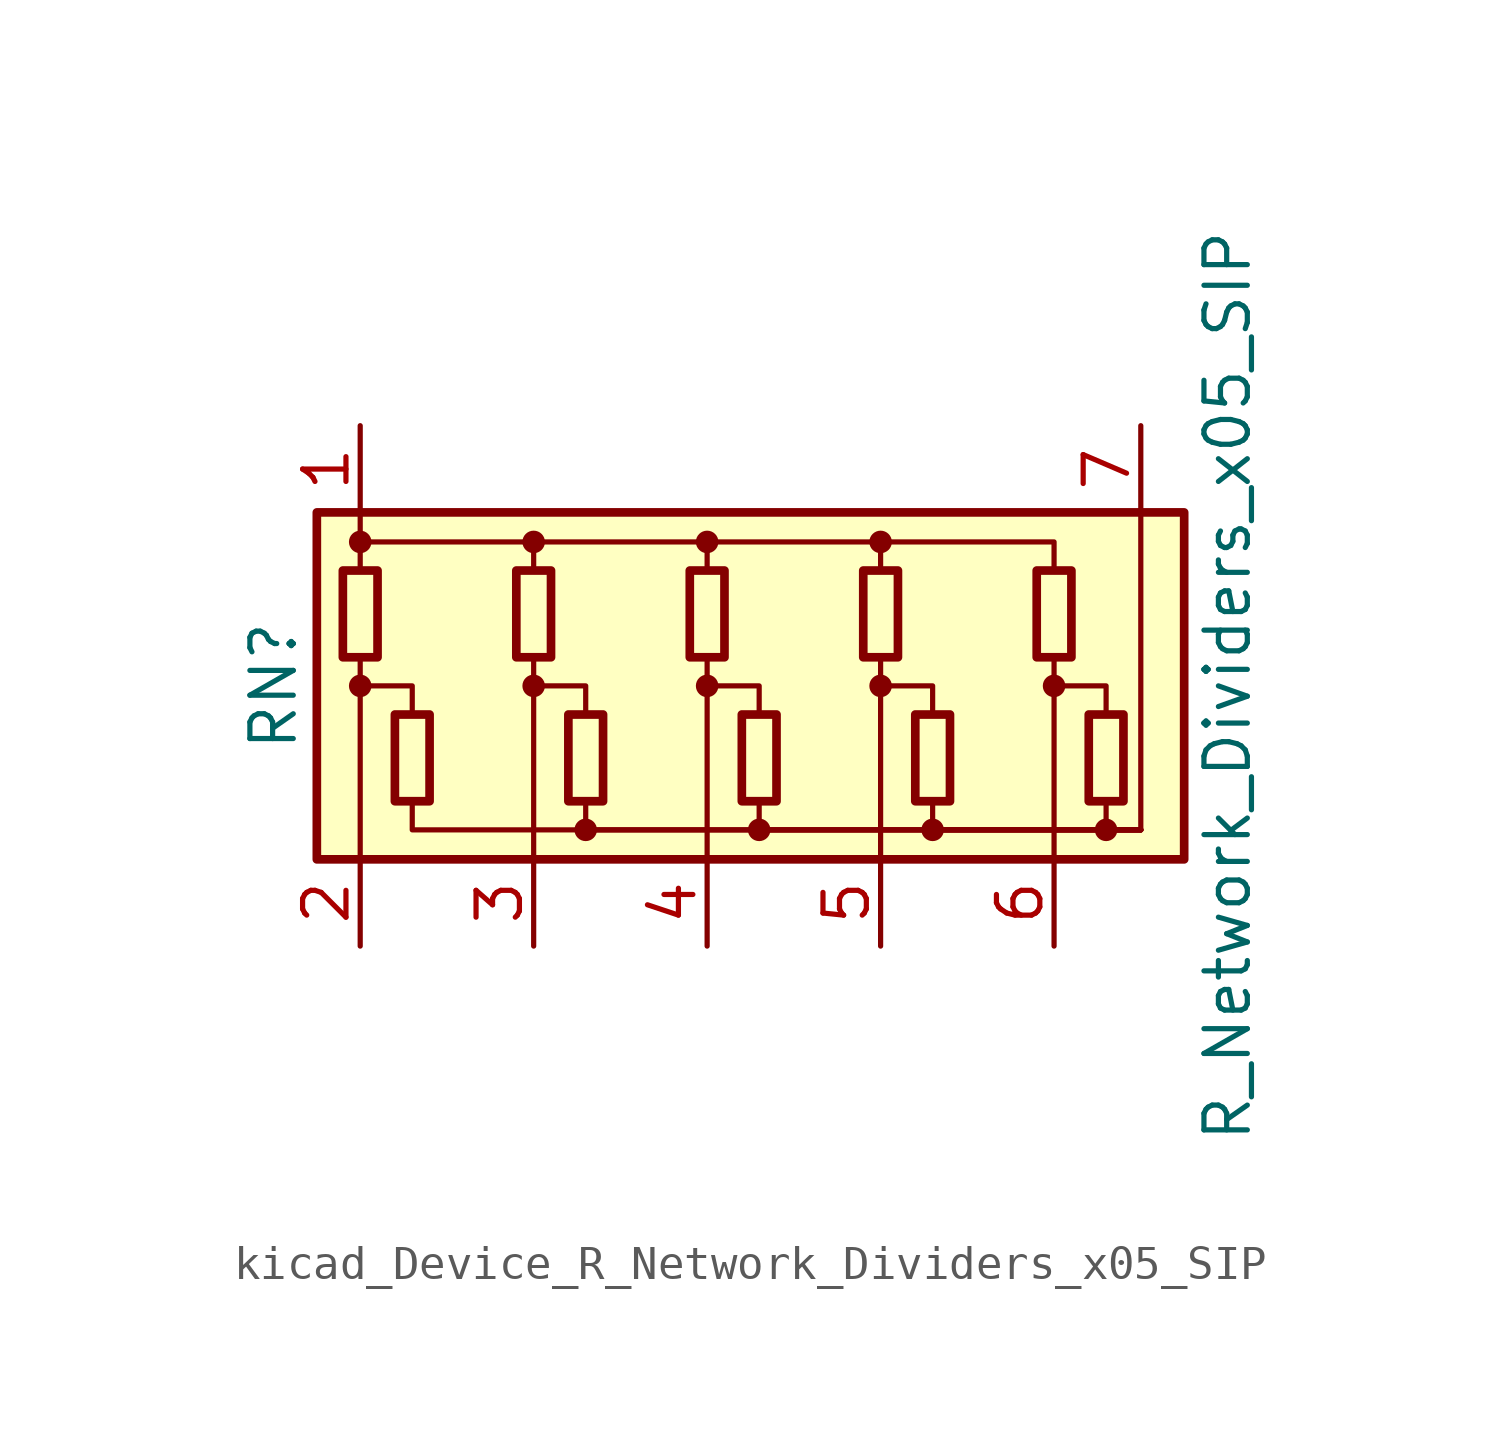
<source format=kicad_sym>
(kicad_symbol_lib
  (version 20220914)
  (generator kicad_symbol_editor)
  (symbol "kicad_Device_R_Network_Dividers_x05_SIP"
    (pin_names
      (offset 0) hide)
    (property "Reference" "RN"
      (at -12.7 0 90)
      (effects (font (size 1.27 1.27))))
    (property "Value" "R_Network_Dividers_x05_SIP"
      (at 15.24 0 90)
      (effects (font (size 1.27 1.27))))
    (symbol "kicad_Device_R_Network_Dividers_x05_SIP_0_1"
      (rectangle (start -11.43 -5.08) (end 13.97 5.08) (stroke (width 0.254) (type default)) (fill (type background)))
      (rectangle (start -10.668 3.378) (end -9.652 0.838) (stroke (width 0.254) (type default)) (fill (type none)))
      (circle (center -10.16 0) (radius 0.254) (stroke (width 0) (type default)) (fill (type outline)))
      (circle (center -10.16 4.216) (radius 0.254) (stroke (width 0) (type default)) (fill (type outline)))
      (rectangle (start -9.144 -3.378) (end -8.128 -0.838) (stroke (width 0.254) (type default)) (fill (type none)))
      (rectangle (start -5.588 3.378) (end -4.572 0.838) (stroke (width 0.254) (type default)) (fill (type none)))
      (circle (center -5.08 0) (radius 0.254) (stroke (width 0) (type default)) (fill (type outline)))
      (circle (center -5.08 4.216) (radius 0.254) (stroke (width 0) (type default)) (fill (type outline)))
      (rectangle (start -4.064 -3.378) (end -3.048 -0.838) (stroke (width 0.254) (type default)) (fill (type none)))
      (circle (center -3.556 -4.216) (radius 0.254) (stroke (width 0) (type default)) (fill (type outline)))
      (rectangle (start -0.508 3.378) (end 0.508 0.838) (stroke (width 0.254) (type default)) (fill (type none)))
      (polyline (pts (xy -10.16 -5.08) (xy -10.16 0.838)) (stroke (width 0) (type default)) (fill (type none)))
      (polyline (pts (xy -10.16 5.08) (xy -10.16 3.378)) (stroke (width 0) (type default)) (fill (type none)))
      (polyline (pts (xy -5.08 -5.08) (xy -5.08 0.838)) (stroke (width 0) (type default)) (fill (type none)))
      (polyline (pts (xy 0 -5.08) (xy 0 0.838)) (stroke (width 0) (type default)) (fill (type none)))
      (polyline (pts (xy 5.08 -5.08) (xy 5.08 0.838)) (stroke (width 0) (type default)) (fill (type none)))
      (polyline (pts (xy 10.16 -5.08) (xy 10.16 0.838)) (stroke (width 0) (type default)) (fill (type none)))
      (polyline (pts (xy 12.7 -4.216) (xy 12.7 5.08)) (stroke (width 0) (type default)) (fill (type none)))
      (polyline (pts (xy -10.16 0) (xy -8.636 0) (xy -8.636 -0.838)) (stroke (width 0) (type default)) (fill (type none)))
      (polyline (pts (xy -10.16 4.216) (xy -5.08 4.216) (xy -5.08 3.378)) (stroke (width 0) (type default)) (fill (type none)))
      (polyline (pts (xy -8.636 -3.378) (xy -8.636 -4.216) (xy 12.7 -4.216)) (stroke (width 0) (type default)) (fill (type none)))
      (polyline (pts (xy -5.08 0) (xy -3.556 0) (xy -3.556 -0.838)) (stroke (width 0) (type default)) (fill (type none)))
      (polyline (pts (xy -5.08 4.216) (xy 0 4.216) (xy 0 3.378)) (stroke (width 0) (type default)) (fill (type none)))
      (polyline (pts (xy -3.556 -3.378) (xy -3.556 -4.216) (xy 12.7 -4.216)) (stroke (width 0) (type default)) (fill (type none)))
      (polyline (pts (xy 0 0) (xy 1.524 0) (xy 1.524 -0.838)) (stroke (width 0) (type default)) (fill (type none)))
      (polyline (pts (xy 0 4.216) (xy 5.08 4.216) (xy 5.08 3.378)) (stroke (width 0) (type default)) (fill (type none)))
      (polyline (pts (xy 1.524 -3.378) (xy 1.524 -4.216) (xy 12.7 -4.216)) (stroke (width 0) (type default)) (fill (type none)))
      (polyline (pts (xy 5.08 0) (xy 6.604 0) (xy 6.604 -0.838)) (stroke (width 0) (type default)) (fill (type none)))
      (polyline (pts (xy 5.08 4.216) (xy 10.16 4.216) (xy 10.16 3.378)) (stroke (width 0) (type default)) (fill (type none)))
      (polyline (pts (xy 6.604 -3.378) (xy 6.604 -4.216) (xy 12.7 -4.216)) (stroke (width 0) (type default)) (fill (type none)))
      (polyline (pts (xy 10.16 0) (xy 11.684 0) (xy 11.684 -0.838)) (stroke (width 0) (type default)) (fill (type none)))
      (polyline (pts (xy 11.684 -3.378) (xy 11.684 -4.216) (xy 12.7 -4.216)) (stroke (width 0) (type default)) (fill (type none)))
      (circle (center 0 0) (radius 0.254) (stroke (width 0) (type default)) (fill (type outline)))
      (circle (center 0 4.216) (radius 0.254) (stroke (width 0) (type default)) (fill (type outline)))
      (rectangle (start 1.016 -3.378) (end 2.032 -0.838) (stroke (width 0.254) (type default)) (fill (type none)))
      (circle (center 1.524 -4.216) (radius 0.254) (stroke (width 0) (type default)) (fill (type outline)))
      (rectangle (start 4.572 3.378) (end 5.588 0.838) (stroke (width 0.254) (type default)) (fill (type none)))
      (circle (center 5.08 0) (radius 0.254) (stroke (width 0) (type default)) (fill (type outline)))
      (circle (center 5.08 4.216) (radius 0.254) (stroke (width 0) (type default)) (fill (type outline)))
      (rectangle (start 6.096 -3.378) (end 7.112 -0.838) (stroke (width 0.254) (type default)) (fill (type none)))
      (circle (center 6.604 -4.216) (radius 0.254) (stroke (width 0) (type default)) (fill (type outline)))
      (rectangle (start 9.652 3.378) (end 10.668 0.838) (stroke (width 0.254) (type default)) (fill (type none)))
      (circle (center 10.16 0) (radius 0.254) (stroke (width 0) (type default)) (fill (type outline)))
      (rectangle (start 11.176 -3.378) (end 12.192 -0.838) (stroke (width 0.254) (type default)) (fill (type none)))
      (circle (center 11.684 -4.216) (radius 0.254) (stroke (width 0) (type default)) (fill (type outline))))
    (symbol "kicad_Device_R_Network_Dividers_x05_SIP_1_1"
      (pin passive line (at -10.16 7.62 270) (length 2.54) (name "COM1" (effects (font (size 1.27 1.27)))) (number "1" (effects (font (size 1.27 1.27)))))
      (pin passive line (at -10.16 -7.62 90) (length 2.54) (name "R1" (effects (font (size 1.27 1.27)))) (number "2" (effects (font (size 1.27 1.27)))))
      (pin passive line (at -5.08 -7.62 90) (length 2.54) (name "R2" (effects (font (size 1.27 1.27)))) (number "3" (effects (font (size 1.27 1.27)))))
      (pin passive line (at 0 -7.62 90) (length 2.54) (name "R3" (effects (font (size 1.27 1.27)))) (number "4" (effects (font (size 1.27 1.27)))))
      (pin passive line (at 5.08 -7.62 90) (length 2.54) (name "R4" (effects (font (size 1.27 1.27)))) (number "5" (effects (font (size 1.27 1.27)))))
      (pin passive line (at 10.16 -7.62 90) (length 2.54) (name "R5" (effects (font (size 1.27 1.27)))) (number "6" (effects (font (size 1.27 1.27)))))
      (pin passive line (at 12.7 7.62 270) (length 2.54) (name "COM2" (effects (font (size 1.27 1.27)))) (number "7" (effects (font (size 1.27 1.27))))))))
</source>
